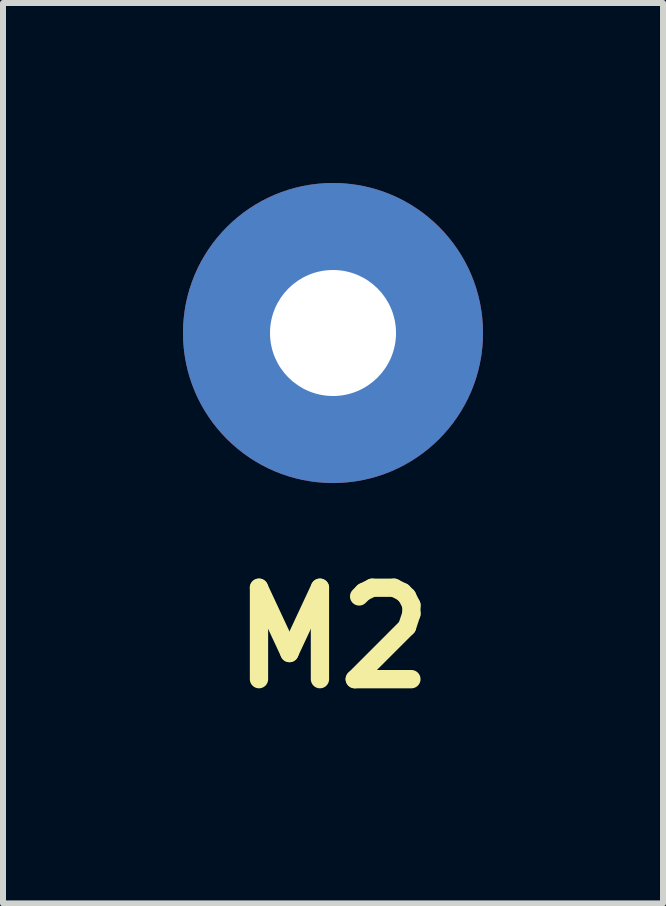
<source format=kicad_pcb>
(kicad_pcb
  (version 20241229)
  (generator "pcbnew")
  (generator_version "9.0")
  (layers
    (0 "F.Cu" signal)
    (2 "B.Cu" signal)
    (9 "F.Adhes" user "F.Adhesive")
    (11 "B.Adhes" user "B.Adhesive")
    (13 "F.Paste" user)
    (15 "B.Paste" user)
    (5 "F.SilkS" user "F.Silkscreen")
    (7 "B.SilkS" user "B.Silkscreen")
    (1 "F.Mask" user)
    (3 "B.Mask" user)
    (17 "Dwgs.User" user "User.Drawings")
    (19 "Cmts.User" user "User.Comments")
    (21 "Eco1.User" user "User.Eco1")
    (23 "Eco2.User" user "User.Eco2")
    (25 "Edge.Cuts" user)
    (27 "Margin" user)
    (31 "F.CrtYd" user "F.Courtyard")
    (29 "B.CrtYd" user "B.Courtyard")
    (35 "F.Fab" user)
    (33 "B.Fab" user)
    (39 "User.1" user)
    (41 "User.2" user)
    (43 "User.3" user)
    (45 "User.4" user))
  (footprint "M2"
    (layer "F.Cu")
    (at 2.5 2.51)
    (property "Reference" "M2" (at 0 5.07 0) (layer "F.SilkS") (effects (font (size 1.524 1.524) (thickness 0.305))))
    (attr exclude_from_pos_files exclude_from_bom)
    (pad "1" thru_hole circle (at 0 -0.01) (size 5 5) (drill 2.1) (layers "*.Cu" "*.Mask")))
  (gr_rect
    (start -3 -3)
    (end 8 12.006)
    (stroke (width 0.1) (type default))
    (fill no)
    (layer "Edge.Cuts")))
</source>
